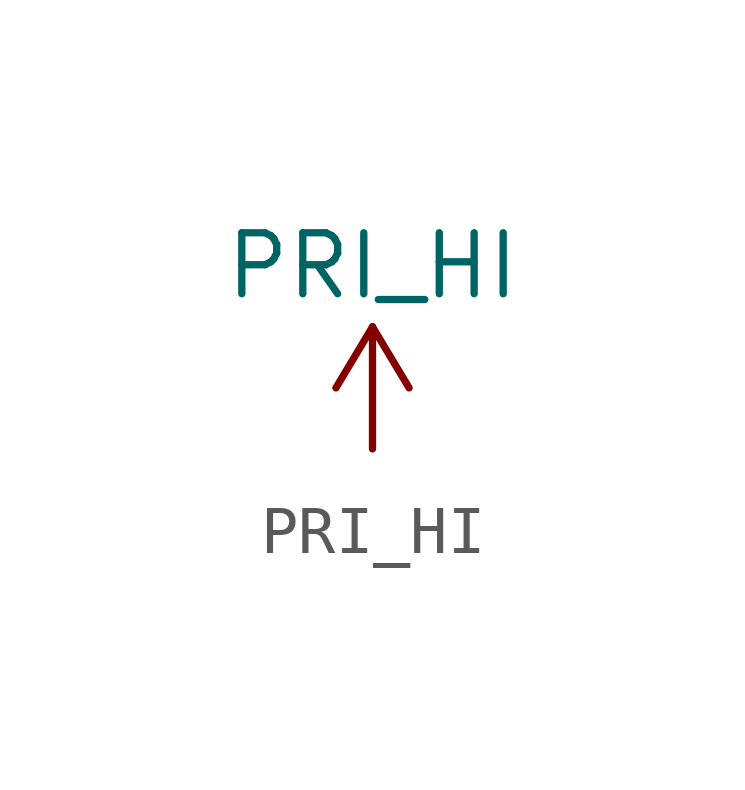
<source format=kicad_sym>
(kicad_symbol_lib
  (version 20211014)
  (generator kicad_symbol_editor)
  (symbol "power1:PRI_HI"
    (power)
    (pin_names
      (offset 0))
    (property "Reference" "#PWR"
      (at 0 -3.81 0)
      (effects (font (size 1.27 1.27)) hide))
    (property "Value" "PRI_HI"
      (at 0 3.81 0)
      (effects (font (size 1.27 1.27))))
    (symbol "PRI_HI_0_1"
      (polyline (pts (xy -0.762 1.27) (xy 0 2.54)) (stroke (width 0) (type default) (color 0 0 0 0)) (fill (type none)))
      (polyline (pts (xy 0 0) (xy 0 2.54)) (stroke (width 0) (type default) (color 0 0 0 0)) (fill (type none)))
      (polyline (pts (xy 0 2.54) (xy 0.762 1.27)) (stroke (width 0) (type default) (color 0 0 0 0)) (fill (type none))))
    (symbol "PRI_HI_1_1"
      (pin power_in line (at 0 0 90) (length 0) hide (name "PRI_HI" (effects (font (size 1.27 1.27)))) (number "1" (effects (font (size 1.27 1.27))))))))
</source>
